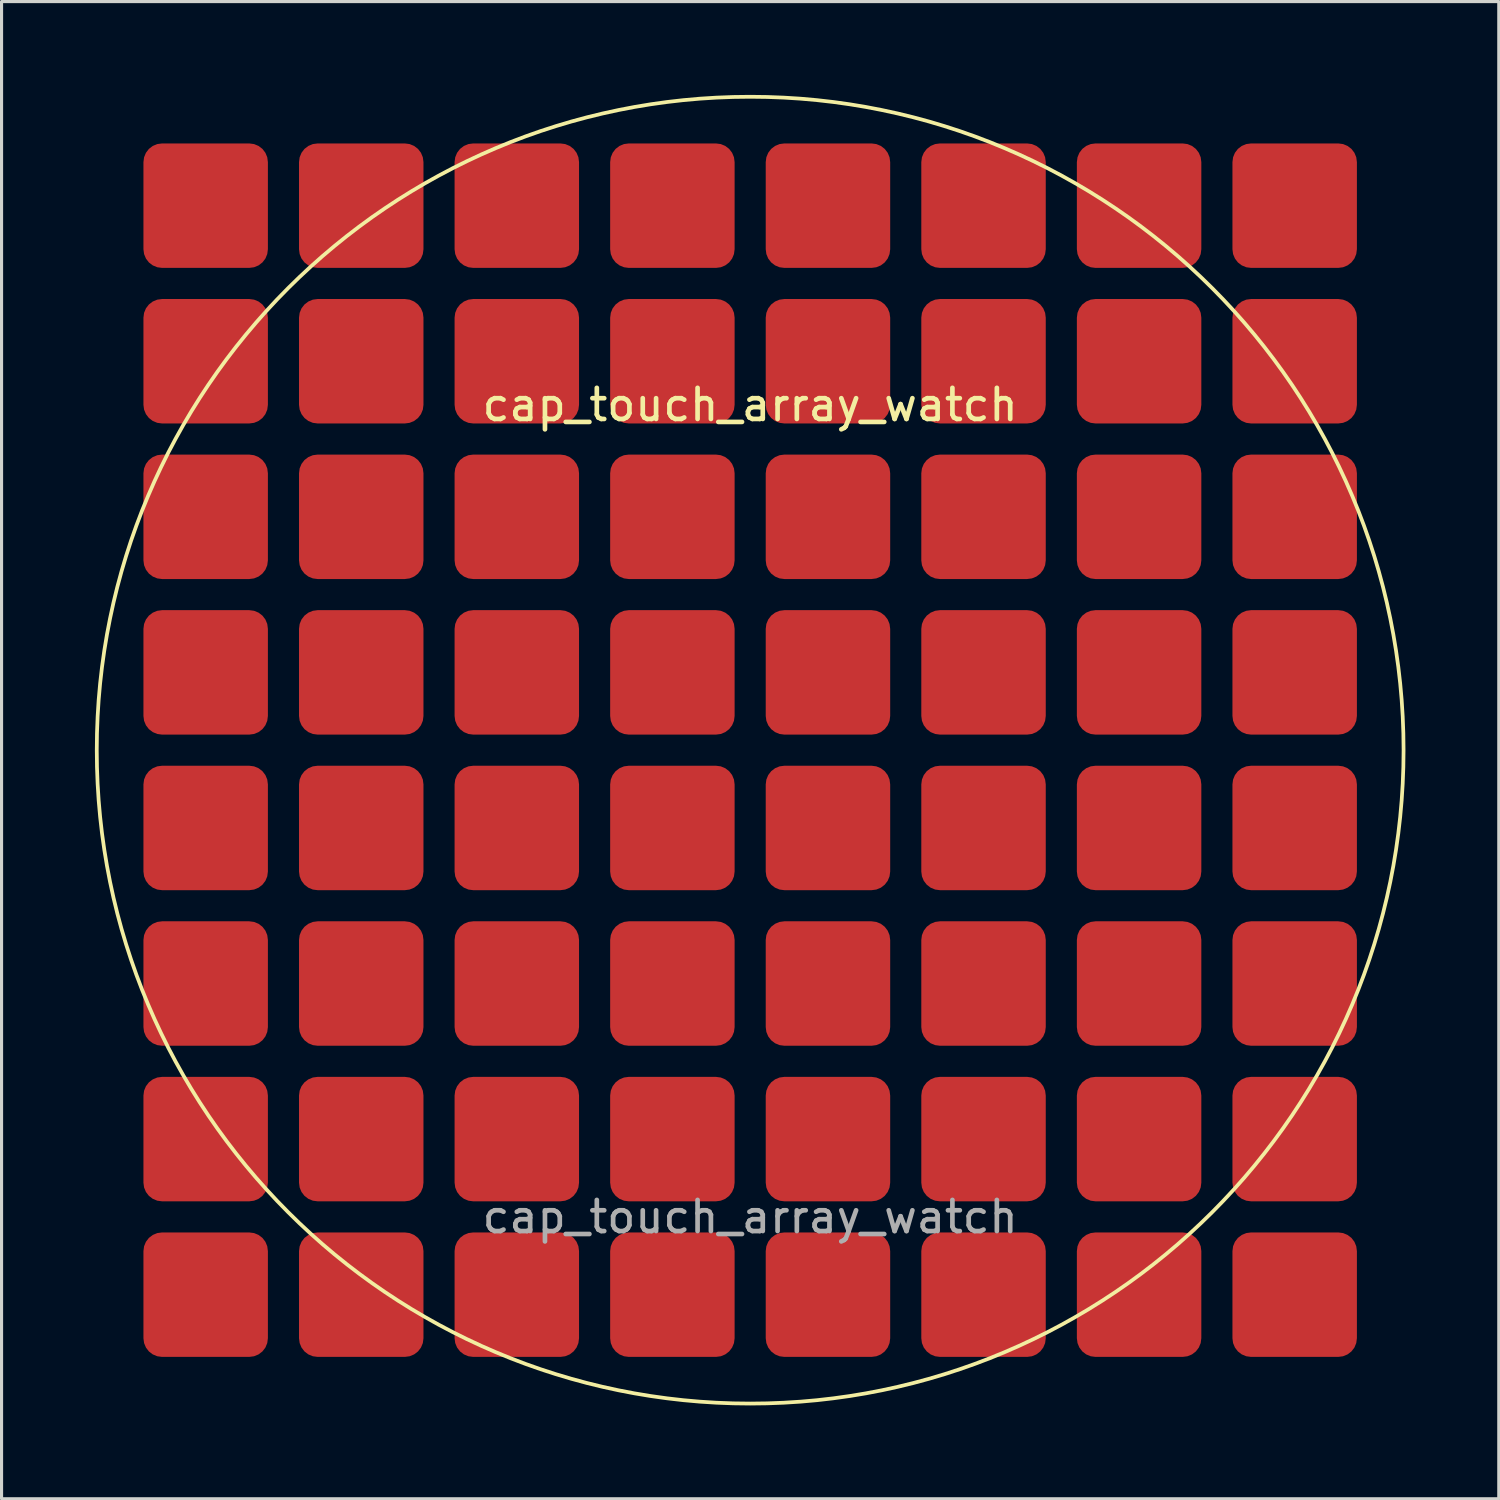
<source format=kicad_pcb>
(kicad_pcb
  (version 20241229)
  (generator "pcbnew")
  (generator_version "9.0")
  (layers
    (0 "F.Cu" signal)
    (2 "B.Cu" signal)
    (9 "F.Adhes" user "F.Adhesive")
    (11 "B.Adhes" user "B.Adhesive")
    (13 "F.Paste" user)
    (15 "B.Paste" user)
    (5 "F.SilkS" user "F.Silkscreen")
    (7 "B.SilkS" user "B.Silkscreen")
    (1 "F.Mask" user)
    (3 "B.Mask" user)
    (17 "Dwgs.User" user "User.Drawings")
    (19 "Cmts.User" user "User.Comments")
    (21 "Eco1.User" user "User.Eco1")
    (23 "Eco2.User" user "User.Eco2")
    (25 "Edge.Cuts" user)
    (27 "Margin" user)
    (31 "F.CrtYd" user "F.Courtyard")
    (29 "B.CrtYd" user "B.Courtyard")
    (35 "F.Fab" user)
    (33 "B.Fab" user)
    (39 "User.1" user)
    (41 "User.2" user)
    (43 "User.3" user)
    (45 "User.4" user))
  (footprint "cap_touch_array_watch"
    (layer "F.Cu")
    (at 21.06 21.06)
    (property "Reference" "cap_touch_array_watch" (at 0 -11.1 0) (unlocked yes) (layer "F.SilkS") (effects (font (size 1 1) (thickness 0.15))))
    (attr exclude_from_pos_files exclude_from_bom)
    (fp_circle (center 0 0) (end 21 0) (stroke (width 0.12) (type default)) (fill no) (layer "F.SilkS"))
    (fp_text user "${REFERENCE}" (at 0 15 0) (unlocked yes) (layer "F.Fab") (effects (font (size 1 1) (thickness 0.15))))
    (pad "1" smd roundrect (at -17.5 -17.5) (size 4 4) (layers "F.Cu" "F.Mask" "F.Paste") (roundrect_rratio 0.15))
    (pad "1" smd roundrect (at -17.5 -12.5) (size 4 4) (layers "F.Cu" "F.Mask" "F.Paste") (roundrect_rratio 0.15))
    (pad "1" smd roundrect (at -17.5 -7.5) (size 4 4) (layers "F.Cu" "F.Mask" "F.Paste") (roundrect_rratio 0.15))
    (pad "1" smd roundrect (at -17.5 -2.5) (size 4 4) (layers "F.Cu" "F.Mask" "F.Paste") (roundrect_rratio 0.15))
    (pad "1" smd roundrect (at -17.5 2.5) (size 4 4) (layers "F.Cu" "F.Mask" "F.Paste") (roundrect_rratio 0.15))
    (pad "1" smd roundrect (at -17.5 7.5) (size 4 4) (layers "F.Cu" "F.Mask" "F.Paste") (roundrect_rratio 0.15))
    (pad "1" smd roundrect (at -17.5 12.5) (size 4 4) (layers "F.Cu" "F.Mask" "F.Paste") (roundrect_rratio 0.15))
    (pad "1" smd roundrect (at -17.5 17.5) (size 4 4) (layers "F.Cu" "F.Mask" "F.Paste") (roundrect_rratio 0.15))
    (pad "2" smd roundrect (at -12.5 -17.5) (size 4 4) (layers "F.Cu" "F.Mask" "F.Paste") (roundrect_rratio 0.15))
    (pad "2" smd roundrect (at -12.5 -12.5) (size 4 4) (layers "F.Cu" "F.Mask" "F.Paste") (roundrect_rratio 0.15))
    (pad "2" smd roundrect (at -12.5 -7.5) (size 4 4) (layers "F.Cu" "F.Mask" "F.Paste") (roundrect_rratio 0.15))
    (pad "2" smd roundrect (at -12.5 -2.5) (size 4 4) (layers "F.Cu" "F.Mask" "F.Paste") (roundrect_rratio 0.15))
    (pad "2" smd roundrect (at -12.5 2.5) (size 4 4) (layers "F.Cu" "F.Mask" "F.Paste") (roundrect_rratio 0.15))
    (pad "2" smd roundrect (at -12.5 7.5) (size 4 4) (layers "F.Cu" "F.Mask" "F.Paste") (roundrect_rratio 0.15))
    (pad "2" smd roundrect (at -12.5 12.5) (size 4 4) (layers "F.Cu" "F.Mask" "F.Paste") (roundrect_rratio 0.15))
    (pad "2" smd roundrect (at -12.5 17.5) (size 4 4) (layers "F.Cu" "F.Mask" "F.Paste") (roundrect_rratio 0.15))
    (pad "3" smd roundrect (at -7.5 -17.5) (size 4 4) (layers "F.Cu" "F.Mask" "F.Paste") (roundrect_rratio 0.15))
    (pad "3" smd roundrect (at -7.5 -12.5) (size 4 4) (layers "F.Cu" "F.Mask" "F.Paste") (roundrect_rratio 0.15))
    (pad "3" smd roundrect (at -7.5 -7.5) (size 4 4) (layers "F.Cu" "F.Mask" "F.Paste") (roundrect_rratio 0.15))
    (pad "3" smd roundrect (at -7.5 -2.5) (size 4 4) (layers "F.Cu" "F.Mask" "F.Paste") (roundrect_rratio 0.15))
    (pad "3" smd roundrect (at -7.5 2.5) (size 4 4) (layers "F.Cu" "F.Mask" "F.Paste") (roundrect_rratio 0.15))
    (pad "3" smd roundrect (at -7.5 7.5) (size 4 4) (layers "F.Cu" "F.Mask" "F.Paste") (roundrect_rratio 0.15))
    (pad "3" smd roundrect (at -7.5 12.5) (size 4 4) (layers "F.Cu" "F.Mask" "F.Paste") (roundrect_rratio 0.15))
    (pad "3" smd roundrect (at -7.5 17.5) (size 4 4) (layers "F.Cu" "F.Mask" "F.Paste") (roundrect_rratio 0.15))
    (pad "4" smd roundrect (at -2.5 -17.5) (size 4 4) (layers "F.Cu" "F.Mask" "F.Paste") (roundrect_rratio 0.15))
    (pad "4" smd roundrect (at -2.5 -12.5) (size 4 4) (layers "F.Cu" "F.Mask" "F.Paste") (roundrect_rratio 0.15))
    (pad "4" smd roundrect (at -2.5 -7.5) (size 4 4) (layers "F.Cu" "F.Mask" "F.Paste") (roundrect_rratio 0.15))
    (pad "4" smd roundrect (at -2.5 -2.5) (size 4 4) (layers "F.Cu" "F.Mask" "F.Paste") (roundrect_rratio 0.15))
    (pad "4" smd roundrect (at -2.5 2.5) (size 4 4) (layers "F.Cu" "F.Mask" "F.Paste") (roundrect_rratio 0.15))
    (pad "4" smd roundrect (at -2.5 7.5) (size 4 4) (layers "F.Cu" "F.Mask" "F.Paste") (roundrect_rratio 0.15))
    (pad "4" smd roundrect (at -2.5 12.5) (size 4 4) (layers "F.Cu" "F.Mask" "F.Paste") (roundrect_rratio 0.15))
    (pad "4" smd roundrect (at -2.5 17.5) (size 4 4) (layers "F.Cu" "F.Mask" "F.Paste") (roundrect_rratio 0.15))
    (pad "5" smd roundrect (at 2.5 -17.5) (size 4 4) (layers "F.Cu" "F.Mask" "F.Paste") (roundrect_rratio 0.15))
    (pad "5" smd roundrect (at 2.5 -12.5) (size 4 4) (layers "F.Cu" "F.Mask" "F.Paste") (roundrect_rratio 0.15))
    (pad "5" smd roundrect (at 2.5 -7.5) (size 4 4) (layers "F.Cu" "F.Mask" "F.Paste") (roundrect_rratio 0.15))
    (pad "5" smd roundrect (at 2.5 -2.5) (size 4 4) (layers "F.Cu" "F.Mask" "F.Paste") (roundrect_rratio 0.15))
    (pad "5" smd roundrect (at 2.5 2.5) (size 4 4) (layers "F.Cu" "F.Mask" "F.Paste") (roundrect_rratio 0.15))
    (pad "5" smd roundrect (at 2.5 7.5) (size 4 4) (layers "F.Cu" "F.Mask" "F.Paste") (roundrect_rratio 0.15))
    (pad "5" smd roundrect (at 2.5 12.5) (size 4 4) (layers "F.Cu" "F.Mask" "F.Paste") (roundrect_rratio 0.15))
    (pad "5" smd roundrect (at 2.5 17.5) (size 4 4) (layers "F.Cu" "F.Mask" "F.Paste") (roundrect_rratio 0.15))
    (pad "6" smd roundrect (at 7.5 -17.5) (size 4 4) (layers "F.Cu" "F.Mask" "F.Paste") (roundrect_rratio 0.15))
    (pad "6" smd roundrect (at 7.5 -12.5) (size 4 4) (layers "F.Cu" "F.Mask" "F.Paste") (roundrect_rratio 0.15))
    (pad "6" smd roundrect (at 7.5 -7.5) (size 4 4) (layers "F.Cu" "F.Mask" "F.Paste") (roundrect_rratio 0.15))
    (pad "6" smd roundrect (at 7.5 -2.5) (size 4 4) (layers "F.Cu" "F.Mask" "F.Paste") (roundrect_rratio 0.15))
    (pad "6" smd roundrect (at 7.5 2.5) (size 4 4) (layers "F.Cu" "F.Mask" "F.Paste") (roundrect_rratio 0.15))
    (pad "6" smd roundrect (at 7.5 7.5) (size 4 4) (layers "F.Cu" "F.Mask" "F.Paste") (roundrect_rratio 0.15))
    (pad "6" smd roundrect (at 7.5 12.5) (size 4 4) (layers "F.Cu" "F.Mask" "F.Paste") (roundrect_rratio 0.15))
    (pad "6" smd roundrect (at 7.5 17.5) (size 4 4) (layers "F.Cu" "F.Mask" "F.Paste") (roundrect_rratio 0.15))
    (pad "7" smd roundrect (at 12.5 -17.5) (size 4 4) (layers "F.Cu" "F.Mask" "F.Paste") (roundrect_rratio 0.15))
    (pad "7" smd roundrect (at 12.5 -12.5) (size 4 4) (layers "F.Cu" "F.Mask" "F.Paste") (roundrect_rratio 0.15))
    (pad "7" smd roundrect (at 12.5 -7.5) (size 4 4) (layers "F.Cu" "F.Mask" "F.Paste") (roundrect_rratio 0.15))
    (pad "7" smd roundrect (at 12.5 -2.5) (size 4 4) (layers "F.Cu" "F.Mask" "F.Paste") (roundrect_rratio 0.15))
    (pad "7" smd roundrect (at 12.5 2.5) (size 4 4) (layers "F.Cu" "F.Mask" "F.Paste") (roundrect_rratio 0.15))
    (pad "7" smd roundrect (at 12.5 7.5) (size 4 4) (layers "F.Cu" "F.Mask" "F.Paste") (roundrect_rratio 0.15))
    (pad "7" smd roundrect (at 12.5 12.5) (size 4 4) (layers "F.Cu" "F.Mask" "F.Paste") (roundrect_rratio 0.15))
    (pad "7" smd roundrect (at 12.5 17.5) (size 4 4) (layers "F.Cu" "F.Mask" "F.Paste") (roundrect_rratio 0.15))
    (pad "8" smd roundrect (at 17.5 -17.5) (size 4 4) (layers "F.Cu" "F.Mask" "F.Paste") (roundrect_rratio 0.15))
    (pad "8" smd roundrect (at 17.5 -12.5) (size 4 4) (layers "F.Cu" "F.Mask" "F.Paste") (roundrect_rratio 0.15))
    (pad "8" smd roundrect (at 17.5 -7.5) (size 4 4) (layers "F.Cu" "F.Mask" "F.Paste") (roundrect_rratio 0.15))
    (pad "8" smd roundrect (at 17.5 -2.5) (size 4 4) (layers "F.Cu" "F.Mask" "F.Paste") (roundrect_rratio 0.15))
    (pad "8" smd roundrect (at 17.5 2.5) (size 4 4) (layers "F.Cu" "F.Mask" "F.Paste") (roundrect_rratio 0.15))
    (pad "8" smd roundrect (at 17.5 7.5) (size 4 4) (layers "F.Cu" "F.Mask" "F.Paste") (roundrect_rratio 0.15))
    (pad "8" smd roundrect (at 17.5 12.5) (size 4 4) (layers "F.Cu" "F.Mask" "F.Paste") (roundrect_rratio 0.15))
    (pad "8" smd roundrect (at 17.5 17.5) (size 4 4) (layers "F.Cu" "F.Mask" "F.Paste") (roundrect_rratio 0.15)))
  (gr_rect
    (start -3 -3)
    (end 45.12 45.12)
    (stroke (width 0.1) (type default))
    (fill no)
    (layer "Edge.Cuts")))
</source>
